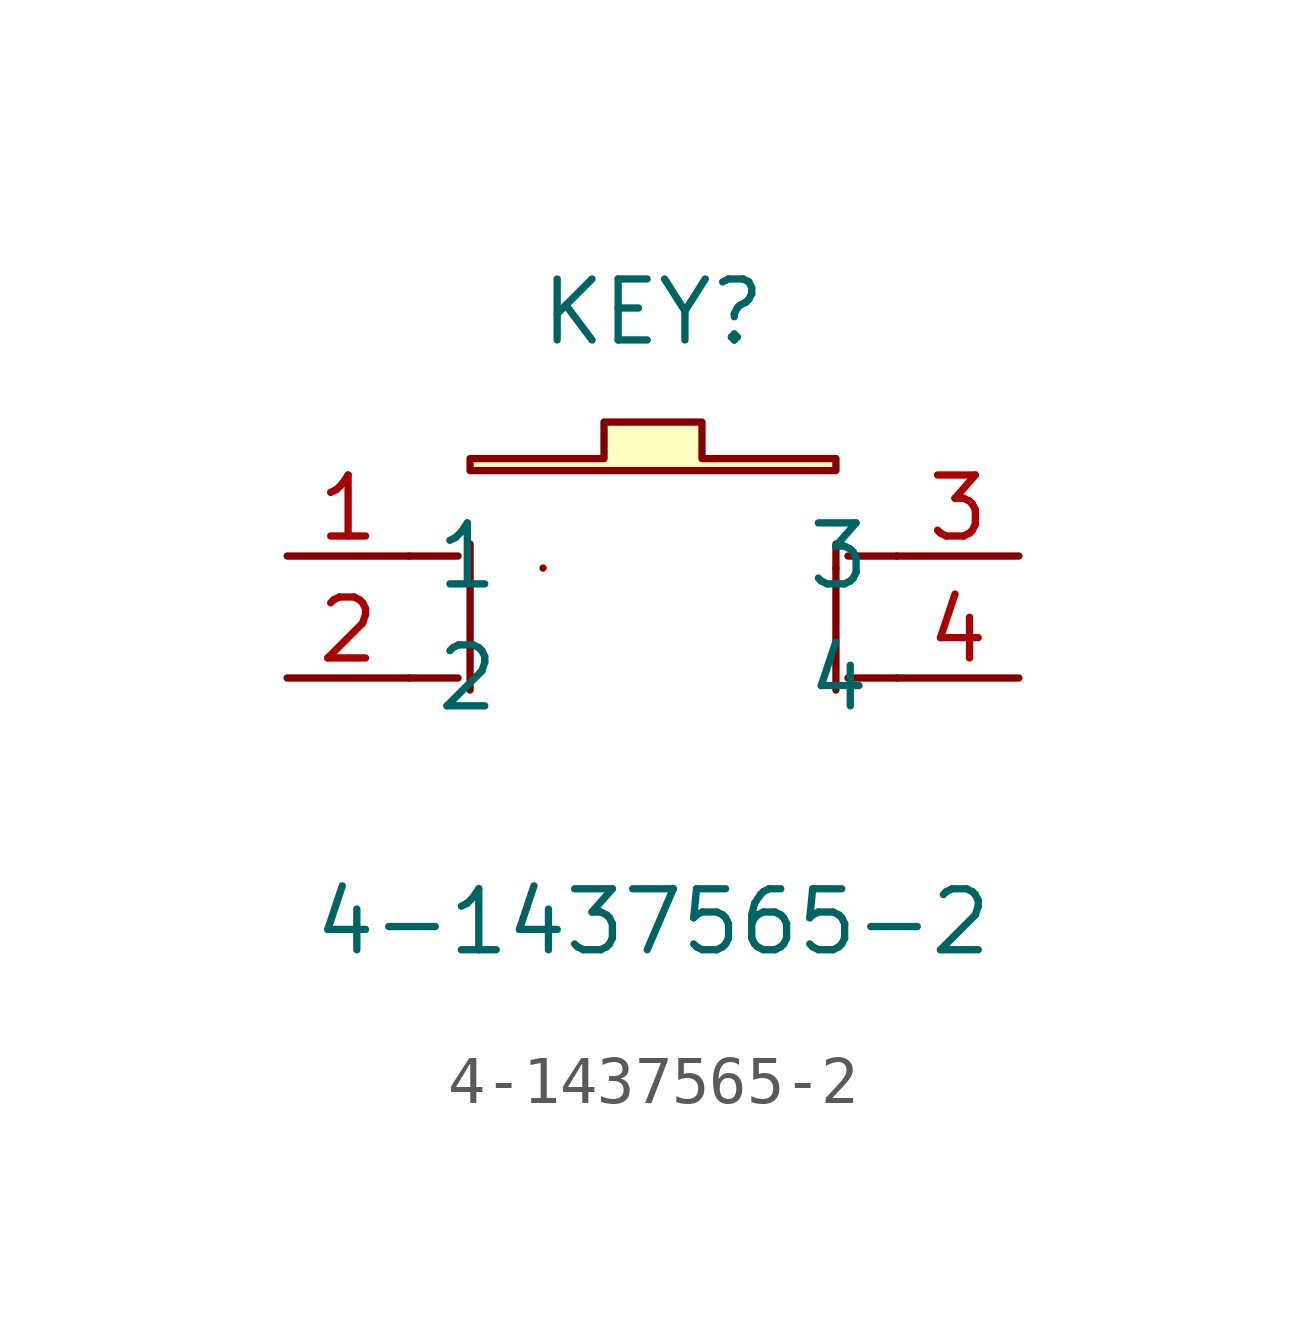
<source format=kicad_sym>
(kicad_symbol_lib
  (version 20220914)
  (generator kicad_symbol_editor)
  (symbol "4-1437565-2"
    (property "Reference" "KEY"
      (at 0 5.08 0)
      (effects (font (size 1.27 1.27))))
    (property "Value" "4-1437565-2"
      (at 0 -7.62 0)
      (effects (font (size 1.27 1.27))))
    (symbol "4-1437565-2_0_1"
      (arc (start -2.29 -0.25) (mid -2.29 -0.25) (end -2.29 -0.25) (stroke (width 0) (type default)) (fill (type none)))
      (arc (start -2.29 2.79) (mid -2.29 2.87) (end -2.29 2.8) (stroke (width 0) (type default)) (fill (type none)))
      (polyline (pts (xy -5.08 -2.54) (xy -4.06 -2.54)) (stroke (width 0) (type default)) (fill (type none)))
      (polyline (pts (xy -5.08 0) (xy -4.06 0)) (stroke (width 0) (type default)) (fill (type none)))
      (polyline (pts (xy -3.81 0.25) (xy -3.81 -2.79)) (stroke (width 0) (type default)) (fill (type none)))
      (polyline (pts (xy 3.81 -2.79) (xy 3.81 0.25)) (stroke (width 0) (type default)) (fill (type none)))
      (polyline (pts (xy 5.08 -2.54) (xy 4.06 -2.54)) (stroke (width 0) (type default)) (fill (type none)))
      (polyline (pts (xy 5.08 0) (xy 4.06 0)) (stroke (width 0) (type default)) (fill (type none)))
      (polyline (pts (xy -3.81 2.03) (xy -3.81 1.78) (xy 3.81 1.78) (xy 3.81 2.03) (xy 1.02 2.03) (xy 1.02 2.79) (xy -1.02 2.79) (xy -1.02 2.03) (xy -3.81 2.03)) (stroke (width 0) (type default)) (fill (type background)))
      (arc (start 3.81 -0.25) (mid 3.81 -0.25) (end 3.81 -0.25) (stroke (width 0) (type default)) (fill (type none)))
      (arc (start 3.81 2.8) (mid 3.81 2.795) (end 3.81 2.79) (stroke (width 0) (type default)) (fill (type none))))
    (symbol "4-1437565-2_1_1"
      (pin passive line (at -7.62 0 0) (length 2.54) (name "1" (effects (font (size 1.27 1.27)))) (number "1" (effects (font (size 1.27 1.27)))))
      (pin passive line (at -7.62 -2.54 0) (length 2.54) (name "2" (effects (font (size 1.27 1.27)))) (number "2" (effects (font (size 1.27 1.27)))))
      (pin passive line (at 7.62 0 180) (length 2.54) (name "3" (effects (font (size 1.27 1.27)))) (number "3" (effects (font (size 1.27 1.27)))))
      (pin passive line (at 7.62 -2.54 180) (length 2.54) (name "4" (effects (font (size 1.27 1.27)))) (number "4" (effects (font (size 1.27 1.27))))))))
</source>
